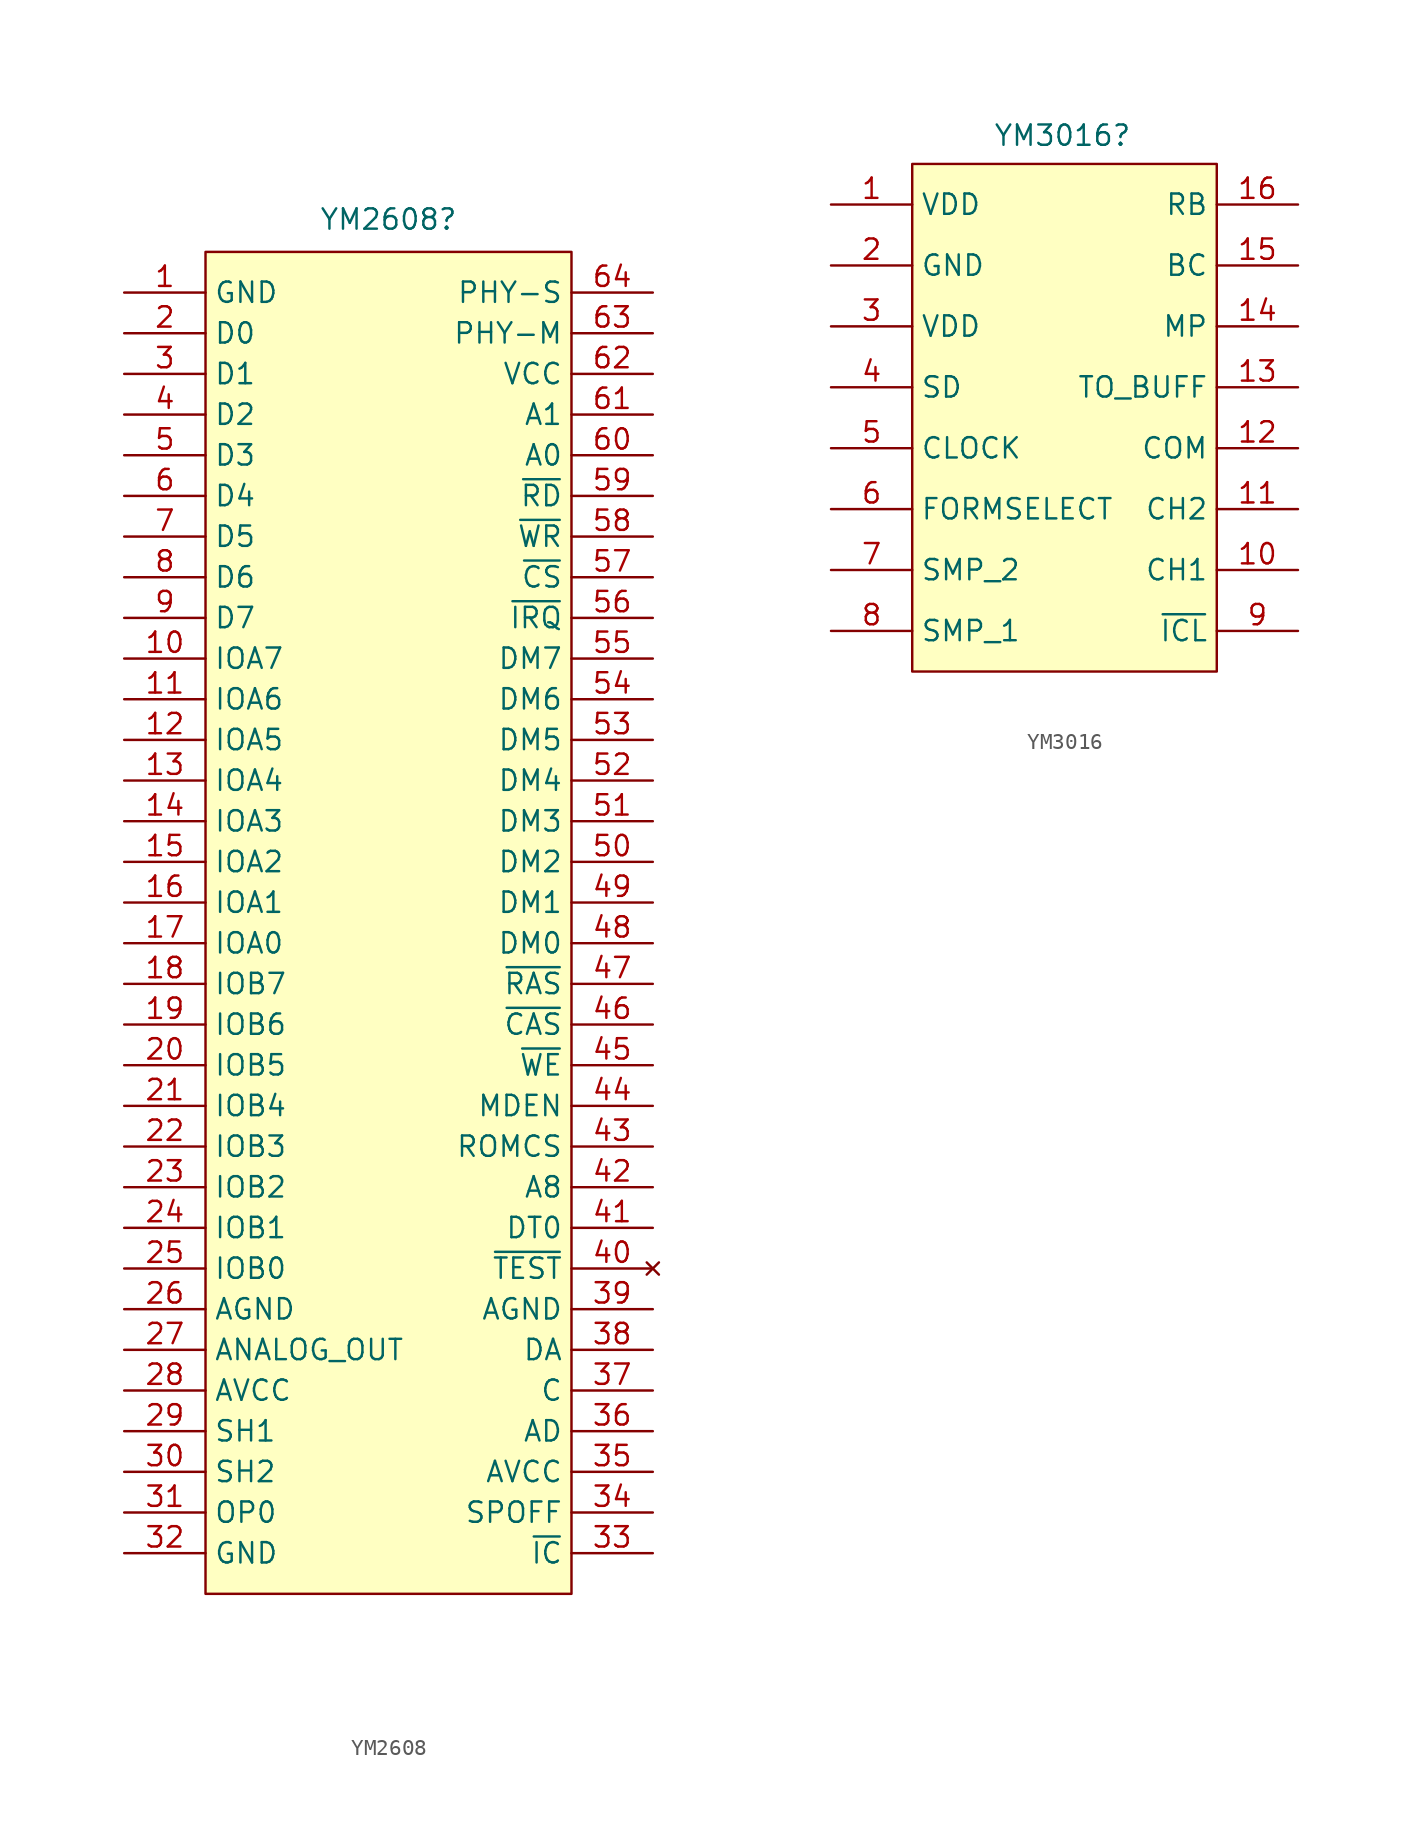
<source format=kicad_sym>
(kicad_symbol_lib
  (version 20241209)
  (generator "kicad_symbol_editor")
  (generator_version "9.0")
  (symbol "YM2608"
    (property "Reference" "YM2608"
      (at 0 41.402 0)
      (effects (font (size 1.27 1.27))))
    (property "Value" ""
      (at -12.192 -38.354 0)
      (effects (font (size 1.27 1.27))))
    (symbol "YM2608_0_1"
      (rectangle (start -11.43 39.37) (end 11.43 -44.45) (stroke (width 0) (type solid)) (fill (type background))))
    (symbol "YM2608_1_1"
      (pin power_in line (at -16.51 36.83 0) (length 5.08) (name "GND" (effects (font (size 1.27 1.27)))) (number "1" (effects (font (size 1.27 1.27)))))
      (pin bidirectional line (at -16.51 34.29 0) (length 5.08) (name "D0" (effects (font (size 1.27 1.27)))) (number "2" (effects (font (size 1.27 1.27)))))
      (pin bidirectional line (at -16.51 31.75 0) (length 5.08) (name "D1" (effects (font (size 1.27 1.27)))) (number "3" (effects (font (size 1.27 1.27)))))
      (pin bidirectional line (at -16.51 29.21 0) (length 5.08) (name "D2" (effects (font (size 1.27 1.27)))) (number "4" (effects (font (size 1.27 1.27)))))
      (pin bidirectional line (at -16.51 26.67 0) (length 5.08) (name "D3" (effects (font (size 1.27 1.27)))) (number "5" (effects (font (size 1.27 1.27)))))
      (pin bidirectional line (at -16.51 24.13 0) (length 5.08) (name "D4" (effects (font (size 1.27 1.27)))) (number "6" (effects (font (size 1.27 1.27)))))
      (pin bidirectional line (at -16.51 21.59 0) (length 5.08) (name "D5" (effects (font (size 1.27 1.27)))) (number "7" (effects (font (size 1.27 1.27)))))
      (pin bidirectional line (at -16.51 19.05 0) (length 5.08) (name "D6" (effects (font (size 1.27 1.27)))) (number "8" (effects (font (size 1.27 1.27)))))
      (pin bidirectional line (at -16.51 16.51 0) (length 5.08) (name "D7" (effects (font (size 1.27 1.27)))) (number "9" (effects (font (size 1.27 1.27)))))
      (pin bidirectional line (at -16.51 13.97 0) (length 5.08) (name "IOA7" (effects (font (size 1.27 1.27)))) (number "10" (effects (font (size 1.27 1.27)))))
      (pin bidirectional line (at -16.51 11.43 0) (length 5.08) (name "IOA6" (effects (font (size 1.27 1.27)))) (number "11" (effects (font (size 1.27 1.27)))))
      (pin bidirectional line (at -16.51 8.89 0) (length 5.08) (name "IOA5" (effects (font (size 1.27 1.27)))) (number "12" (effects (font (size 1.27 1.27)))))
      (pin bidirectional line (at -16.51 6.35 0) (length 5.08) (name "IOA4" (effects (font (size 1.27 1.27)))) (number "13" (effects (font (size 1.27 1.27)))))
      (pin bidirectional line (at -16.51 3.81 0) (length 5.08) (name "IOA3" (effects (font (size 1.27 1.27)))) (number "14" (effects (font (size 1.27 1.27)))))
      (pin bidirectional line (at -16.51 1.27 0) (length 5.08) (name "IOA2" (effects (font (size 1.27 1.27)))) (number "15" (effects (font (size 1.27 1.27)))))
      (pin bidirectional line (at -16.51 -1.27 0) (length 5.08) (name "IOA1" (effects (font (size 1.27 1.27)))) (number "16" (effects (font (size 1.27 1.27)))))
      (pin bidirectional line (at -16.51 -3.81 0) (length 5.08) (name "IOA0" (effects (font (size 1.27 1.27)))) (number "17" (effects (font (size 1.27 1.27)))))
      (pin bidirectional line (at -16.51 -6.35 0) (length 5.08) (name "IOB7" (effects (font (size 1.27 1.27)))) (number "18" (effects (font (size 1.27 1.27)))))
      (pin bidirectional line (at -16.51 -8.89 0) (length 5.08) (name "IOB6" (effects (font (size 1.27 1.27)))) (number "19" (effects (font (size 1.27 1.27)))))
      (pin bidirectional line (at -16.51 -11.43 0) (length 5.08) (name "IOB5" (effects (font (size 1.27 1.27)))) (number "20" (effects (font (size 1.27 1.27)))))
      (pin bidirectional line (at -16.51 -13.97 0) (length 5.08) (name "IOB4" (effects (font (size 1.27 1.27)))) (number "21" (effects (font (size 1.27 1.27)))))
      (pin bidirectional line (at -16.51 -16.51 0) (length 5.08) (name "IOB3" (effects (font (size 1.27 1.27)))) (number "22" (effects (font (size 1.27 1.27)))))
      (pin bidirectional line (at -16.51 -19.05 0) (length 5.08) (name "IOB2" (effects (font (size 1.27 1.27)))) (number "23" (effects (font (size 1.27 1.27)))))
      (pin bidirectional line (at -16.51 -21.59 0) (length 5.08) (name "IOB1" (effects (font (size 1.27 1.27)))) (number "24" (effects (font (size 1.27 1.27)))))
      (pin bidirectional line (at -16.51 -24.13 0) (length 5.08) (name "IOB0" (effects (font (size 1.27 1.27)))) (number "25" (effects (font (size 1.27 1.27)))))
      (pin power_in line (at -16.51 -26.67 0) (length 5.08) (name "AGND" (effects (font (size 1.27 1.27)))) (number "26" (effects (font (size 1.27 1.27)))))
      (pin output line (at -16.51 -29.21 0) (length 5.08) (name "ANALOG_OUT" (effects (font (size 1.27 1.27)))) (number "27" (effects (font (size 1.27 1.27)))))
      (pin power_in line (at -16.51 -31.75 0) (length 5.08) (name "AVCC" (effects (font (size 1.27 1.27)))) (number "28" (effects (font (size 1.27 1.27)))))
      (pin output line (at -16.51 -34.29 0) (length 5.08) (name "SH1" (effects (font (size 1.27 1.27)))) (number "29" (effects (font (size 1.27 1.27)))))
      (pin output line (at -16.51 -36.83 0) (length 5.08) (name "SH2" (effects (font (size 1.27 1.27)))) (number "30" (effects (font (size 1.27 1.27)))))
      (pin output line (at -16.51 -39.37 0) (length 5.08) (name "OP0" (effects (font (size 1.27 1.27)))) (number "31" (effects (font (size 1.27 1.27)))))
      (pin power_in line (at -16.51 -41.91 0) (length 5.08) (name "GND" (effects (font (size 1.27 1.27)))) (number "32" (effects (font (size 1.27 1.27)))))
      (pin output line (at 16.51 36.83 180) (length 5.08) (name "PHY-S" (effects (font (size 1.27 1.27)))) (number "64" (effects (font (size 1.27 1.27)))))
      (pin input line (at 16.51 34.29 180) (length 5.08) (name "PHY-M" (effects (font (size 1.27 1.27)))) (number "63" (effects (font (size 1.27 1.27)))))
      (pin power_in line (at 16.51 31.75 180) (length 5.08) (name "VCC" (effects (font (size 1.27 1.27)))) (number "62" (effects (font (size 1.27 1.27)))))
      (pin input line (at 16.51 29.21 180) (length 5.08) (name "A1" (effects (font (size 1.27 1.27)))) (number "61" (effects (font (size 1.27 1.27)))))
      (pin input line (at 16.51 26.67 180) (length 5.08) (name "A0" (effects (font (size 1.27 1.27)))) (number "60" (effects (font (size 1.27 1.27)))))
      (pin input line (at 16.51 24.13 180) (length 5.08) (name "~{RD}" (effects (font (size 1.27 1.27)))) (number "59" (effects (font (size 1.27 1.27)))))
      (pin input line (at 16.51 21.59 180) (length 5.08) (name "~{WR}" (effects (font (size 1.27 1.27)))) (number "58" (effects (font (size 1.27 1.27)))))
      (pin input line (at 16.51 19.05 180) (length 5.08) (name "~{CS}" (effects (font (size 1.27 1.27)))) (number "57" (effects (font (size 1.27 1.27)))))
      (pin input line (at 16.51 16.51 180) (length 5.08) (name "~{IRQ}" (effects (font (size 1.27 1.27)))) (number "56" (effects (font (size 1.27 1.27)))))
      (pin bidirectional line (at 16.51 13.97 180) (length 5.08) (name "DM7" (effects (font (size 1.27 1.27)))) (number "55" (effects (font (size 1.27 1.27)))))
      (pin bidirectional line (at 16.51 11.43 180) (length 5.08) (name "DM6" (effects (font (size 1.27 1.27)))) (number "54" (effects (font (size 1.27 1.27)))))
      (pin bidirectional line (at 16.51 8.89 180) (length 5.08) (name "DM5" (effects (font (size 1.27 1.27)))) (number "53" (effects (font (size 1.27 1.27)))))
      (pin bidirectional line (at 16.51 6.35 180) (length 5.08) (name "DM4" (effects (font (size 1.27 1.27)))) (number "52" (effects (font (size 1.27 1.27)))))
      (pin bidirectional line (at 16.51 3.81 180) (length 5.08) (name "DM3" (effects (font (size 1.27 1.27)))) (number "51" (effects (font (size 1.27 1.27)))))
      (pin bidirectional line (at 16.51 1.27 180) (length 5.08) (name "DM2" (effects (font (size 1.27 1.27)))) (number "50" (effects (font (size 1.27 1.27)))))
      (pin bidirectional line (at 16.51 -1.27 180) (length 5.08) (name "DM1" (effects (font (size 1.27 1.27)))) (number "49" (effects (font (size 1.27 1.27)))))
      (pin bidirectional line (at 16.51 -3.81 180) (length 5.08) (name "DM0" (effects (font (size 1.27 1.27)))) (number "48" (effects (font (size 1.27 1.27)))))
      (pin output line (at 16.51 -6.35 180) (length 5.08) (name "~{RAS}" (effects (font (size 1.27 1.27)))) (number "47" (effects (font (size 1.27 1.27)))))
      (pin output line (at 16.51 -8.89 180) (length 5.08) (name "~{CAS}" (effects (font (size 1.27 1.27)))) (number "46" (effects (font (size 1.27 1.27)))))
      (pin output line (at 16.51 -11.43 180) (length 5.08) (name "~{WE}" (effects (font (size 1.27 1.27)))) (number "45" (effects (font (size 1.27 1.27)))))
      (pin output line (at 16.51 -13.97 180) (length 5.08) (name "MDEN" (effects (font (size 1.27 1.27)))) (number "44" (effects (font (size 1.27 1.27)))))
      (pin output line (at 16.51 -16.51 180) (length 5.08) (name "ROMCS" (effects (font (size 1.27 1.27)))) (number "43" (effects (font (size 1.27 1.27)))))
      (pin output line (at 16.51 -19.05 180) (length 5.08) (name "A8" (effects (font (size 1.27 1.27)))) (number "42" (effects (font (size 1.27 1.27)))))
      (pin input line (at 16.51 -21.59 180) (length 5.08) (name "DT0" (effects (font (size 1.27 1.27)))) (number "41" (effects (font (size 1.27 1.27)))))
      (pin no_connect line (at 16.51 -24.13 180) (length 5.08) (name "~{TEST}" (effects (font (size 1.27 1.27)))) (number "40" (effects (font (size 1.27 1.27)))))
      (pin power_in line (at 16.51 -26.67 180) (length 5.08) (name "AGND" (effects (font (size 1.27 1.27)))) (number "39" (effects (font (size 1.27 1.27)))))
      (pin input line (at 16.51 -29.21 180) (length 5.08) (name "DA" (effects (font (size 1.27 1.27)))) (number "38" (effects (font (size 1.27 1.27)))))
      (pin input line (at 16.51 -31.75 180) (length 5.08) (name "C" (effects (font (size 1.27 1.27)))) (number "37" (effects (font (size 1.27 1.27)))))
      (pin input line (at 16.51 -34.29 180) (length 5.08) (name "AD" (effects (font (size 1.27 1.27)))) (number "36" (effects (font (size 1.27 1.27)))))
      (pin power_in line (at 16.51 -36.83 180) (length 5.08) (name "AVCC" (effects (font (size 1.27 1.27)))) (number "35" (effects (font (size 1.27 1.27)))))
      (pin output line (at 16.51 -39.37 180) (length 5.08) (name "SPOFF" (effects (font (size 1.27 1.27)))) (number "34" (effects (font (size 1.27 1.27)))))
      (pin input line (at 16.51 -41.91 180) (length 5.08) (name "~{IC}" (effects (font (size 1.27 1.27)))) (number "33" (effects (font (size 1.27 1.27)))))))
  (symbol "YM3016"
    (property "Reference" "YM3016"
      (at -0.762 18.288 0)
      (effects (font (size 1.27 1.27))))
    (property "Value" ""
      (at -0.254 0.762 0)
      (effects (font (size 1.27 1.27))))
    (symbol "YM3016_0_1"
      (rectangle (start -10.16 16.51) (end 8.89 -15.24) (stroke (width 0) (type solid)) (fill (type background))))
    (symbol "YM3016_1_1"
      (pin power_in line (at -15.24 13.97 0) (length 5.08) (name "VDD" (effects (font (size 1.27 1.27)))) (number "1" (effects (font (size 1.27 1.27)))))
      (pin power_in line (at -15.24 10.16 0) (length 5.08) (name "GND" (effects (font (size 1.27 1.27)))) (number "2" (effects (font (size 1.27 1.27)))))
      (pin power_in line (at -15.24 6.35 0) (length 5.08) (name "VDD" (effects (font (size 1.27 1.27)))) (number "3" (effects (font (size 1.27 1.27)))))
      (pin input line (at -15.24 2.54 0) (length 5.08) (name "SD" (effects (font (size 1.27 1.27)))) (number "4" (effects (font (size 1.27 1.27)))))
      (pin input line (at -15.24 -1.27 0) (length 5.08) (name "CLOCK" (effects (font (size 1.27 1.27)))) (number "5" (effects (font (size 1.27 1.27)))))
      (pin input line (at -15.24 -5.08 0) (length 5.08) (name "FORMSELECT" (effects (font (size 1.27 1.27)))) (number "6" (effects (font (size 1.27 1.27)))))
      (pin input line (at -15.24 -8.89 0) (length 5.08) (name "SMP_2" (effects (font (size 1.27 1.27)))) (number "7" (effects (font (size 1.27 1.27)))))
      (pin input line (at -15.24 -12.7 0) (length 5.08) (name "SMP_1" (effects (font (size 1.27 1.27)))) (number "8" (effects (font (size 1.27 1.27)))))
      (pin bidirectional line (at 13.97 13.97 180) (length 5.08) (name "RB" (effects (font (size 1.27 1.27)))) (number "16" (effects (font (size 1.27 1.27)))))
      (pin bidirectional line (at 13.97 10.16 180) (length 5.08) (name "BC" (effects (font (size 1.27 1.27)))) (number "15" (effects (font (size 1.27 1.27)))))
      (pin bidirectional line (at 13.97 6.35 180) (length 5.08) (name "MP" (effects (font (size 1.27 1.27)))) (number "14" (effects (font (size 1.27 1.27)))))
      (pin bidirectional line (at 13.97 2.54 180) (length 5.08) (name "TO_BUFF" (effects (font (size 1.27 1.27)))) (number "13" (effects (font (size 1.27 1.27)))))
      (pin bidirectional line (at 13.97 -1.27 180) (length 5.08) (name "COM" (effects (font (size 1.27 1.27)))) (number "12" (effects (font (size 1.27 1.27)))))
      (pin output line (at 13.97 -5.08 180) (length 5.08) (name "CH2" (effects (font (size 1.27 1.27)))) (number "11" (effects (font (size 1.27 1.27)))))
      (pin output line (at 13.97 -8.89 180) (length 5.08) (name "CH1" (effects (font (size 1.27 1.27)))) (number "10" (effects (font (size 1.27 1.27)))))
      (pin input line (at 13.97 -12.7 180) (length 5.08) (name "~{ICL}" (effects (font (size 1.27 1.27)))) (number "9" (effects (font (size 1.27 1.27))))))))
</source>
